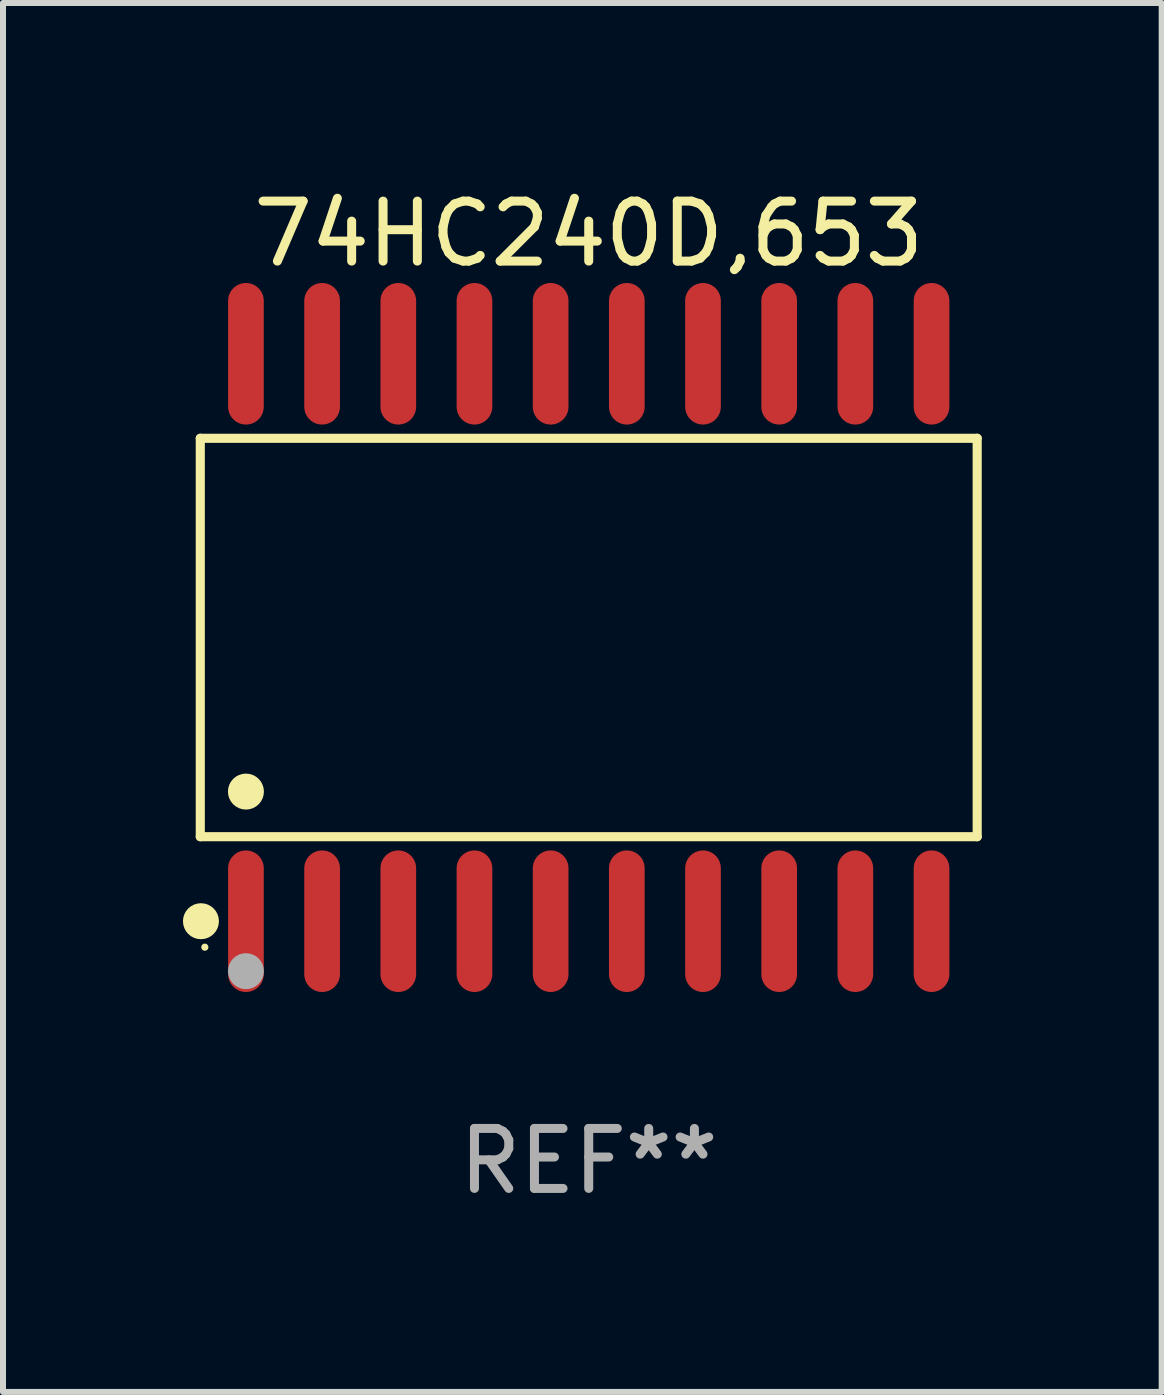
<source format=kicad_pcb>
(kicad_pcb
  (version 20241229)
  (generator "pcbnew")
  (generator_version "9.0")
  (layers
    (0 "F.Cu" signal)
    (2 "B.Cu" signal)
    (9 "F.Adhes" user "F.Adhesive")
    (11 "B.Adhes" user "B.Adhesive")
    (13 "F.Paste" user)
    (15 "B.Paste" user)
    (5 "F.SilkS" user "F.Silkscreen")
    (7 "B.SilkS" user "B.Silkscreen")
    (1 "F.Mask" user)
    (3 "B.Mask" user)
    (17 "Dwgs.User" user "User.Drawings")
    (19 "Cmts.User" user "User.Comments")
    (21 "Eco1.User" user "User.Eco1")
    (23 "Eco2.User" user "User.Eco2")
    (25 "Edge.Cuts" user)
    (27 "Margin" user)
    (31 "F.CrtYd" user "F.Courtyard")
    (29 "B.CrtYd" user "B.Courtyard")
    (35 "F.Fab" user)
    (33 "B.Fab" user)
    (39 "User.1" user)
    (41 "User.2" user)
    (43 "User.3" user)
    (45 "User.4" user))
  (footprint "74HC240D,653"
    (layer "F.Cu")
    (at 6.765 7.578)
    (property "Reference" "74HC240D,653" (at 0 -6.73 0) (layer "F.SilkS") (effects (font (size 1 1) (thickness 0.15))))
    (attr through_hole)
    (fp_line (start -6.476 -3.321) (end 6.476 -3.321) (stroke (width 0.152) (type solid)) (layer "F.SilkS"))
    (fp_line (start -6.476 3.321) (end -6.476 -3.321) (stroke (width 0.152) (type solid)) (layer "F.SilkS"))
    (fp_line (start 6.476 -3.321) (end 6.476 3.321) (stroke (width 0.152) (type solid)) (layer "F.SilkS"))
    (fp_line (start 6.476 3.321) (end -6.476 3.321) (stroke (width 0.152) (type solid)) (layer "F.SilkS"))
    (fp_circle (center -6.465 4.73) (end -6.315 4.73) (stroke (width 0.3) (type solid)) (fill no) (layer "F.SilkS"))
    (fp_circle (center -6.4 5.163) (end -6.37 5.163) (stroke (width 0.06) (type solid)) (fill no) (layer "F.SilkS"))
    (fp_circle (center -5.715 2.569) (end -5.565 2.569) (stroke (width 0.3) (type solid)) (fill no) (layer "F.SilkS"))
    (fp_circle (center -5.715 5.563) (end -5.565 5.563) (stroke (width 0.3) (type solid)) (fill no) (layer "F.Fab"))
    (fp_text user "REF**" (at 0 8.73 0) (layer "F.Fab") (effects (font (size 1 1) (thickness 0.15))))
    (pad "1" smd oval (at -5.715 4.73) (size 0.595 2.36) (layers "F.Cu" "F.Mask" "F.Paste"))
    (pad "2" smd oval (at -4.445 4.73) (size 0.595 2.36) (layers "F.Cu" "F.Mask" "F.Paste"))
    (pad "3" smd oval (at -3.175 4.73) (size 0.595 2.36) (layers "F.Cu" "F.Mask" "F.Paste"))
    (pad "4" smd oval (at -1.905 4.73) (size 0.595 2.36) (layers "F.Cu" "F.Mask" "F.Paste"))
    (pad "5" smd oval (at -0.635 4.73) (size 0.595 2.36) (layers "F.Cu" "F.Mask" "F.Paste"))
    (pad "6" smd oval (at 0.635 4.73) (size 0.595 2.36) (layers "F.Cu" "F.Mask" "F.Paste"))
    (pad "7" smd oval (at 1.905 4.73) (size 0.595 2.36) (layers "F.Cu" "F.Mask" "F.Paste"))
    (pad "8" smd oval (at 3.175 4.73) (size 0.595 2.36) (layers "F.Cu" "F.Mask" "F.Paste"))
    (pad "9" smd oval (at 4.445 4.73) (size 0.595 2.36) (layers "F.Cu" "F.Mask" "F.Paste"))
    (pad "10" smd oval (at 5.715 4.73) (size 0.595 2.36) (layers "F.Cu" "F.Mask" "F.Paste"))
    (pad "11" smd oval (at 5.715 -4.73) (size 0.595 2.36) (layers "F.Cu" "F.Mask" "F.Paste"))
    (pad "12" smd oval (at 4.445 -4.73) (size 0.595 2.36) (layers "F.Cu" "F.Mask" "F.Paste"))
    (pad "13" smd oval (at 3.175 -4.73) (size 0.595 2.36) (layers "F.Cu" "F.Mask" "F.Paste"))
    (pad "14" smd oval (at 1.905 -4.73) (size 0.595 2.36) (layers "F.Cu" "F.Mask" "F.Paste"))
    (pad "15" smd oval (at 0.635 -4.73) (size 0.595 2.36) (layers "F.Cu" "F.Mask" "F.Paste"))
    (pad "16" smd oval (at -0.635 -4.73) (size 0.595 2.36) (layers "F.Cu" "F.Mask" "F.Paste"))
    (pad "17" smd oval (at -1.905 -4.73) (size 0.595 2.36) (layers "F.Cu" "F.Mask" "F.Paste"))
    (pad "18" smd oval (at -3.175 -4.73) (size 0.595 2.36) (layers "F.Cu" "F.Mask" "F.Paste"))
    (pad "19" smd oval (at -4.445 -4.73) (size 0.595 2.36) (layers "F.Cu" "F.Mask" "F.Paste"))
    (pad "20" smd oval (at -5.715 -4.73) (size 0.595 2.36) (layers "F.Cu" "F.Mask" "F.Paste")))
  (gr_rect
    (start -3 -3)
    (end 16.317 20.156)
    (stroke (width 0.1) (type default))
    (fill no)
    (layer "Edge.Cuts")))
</source>
